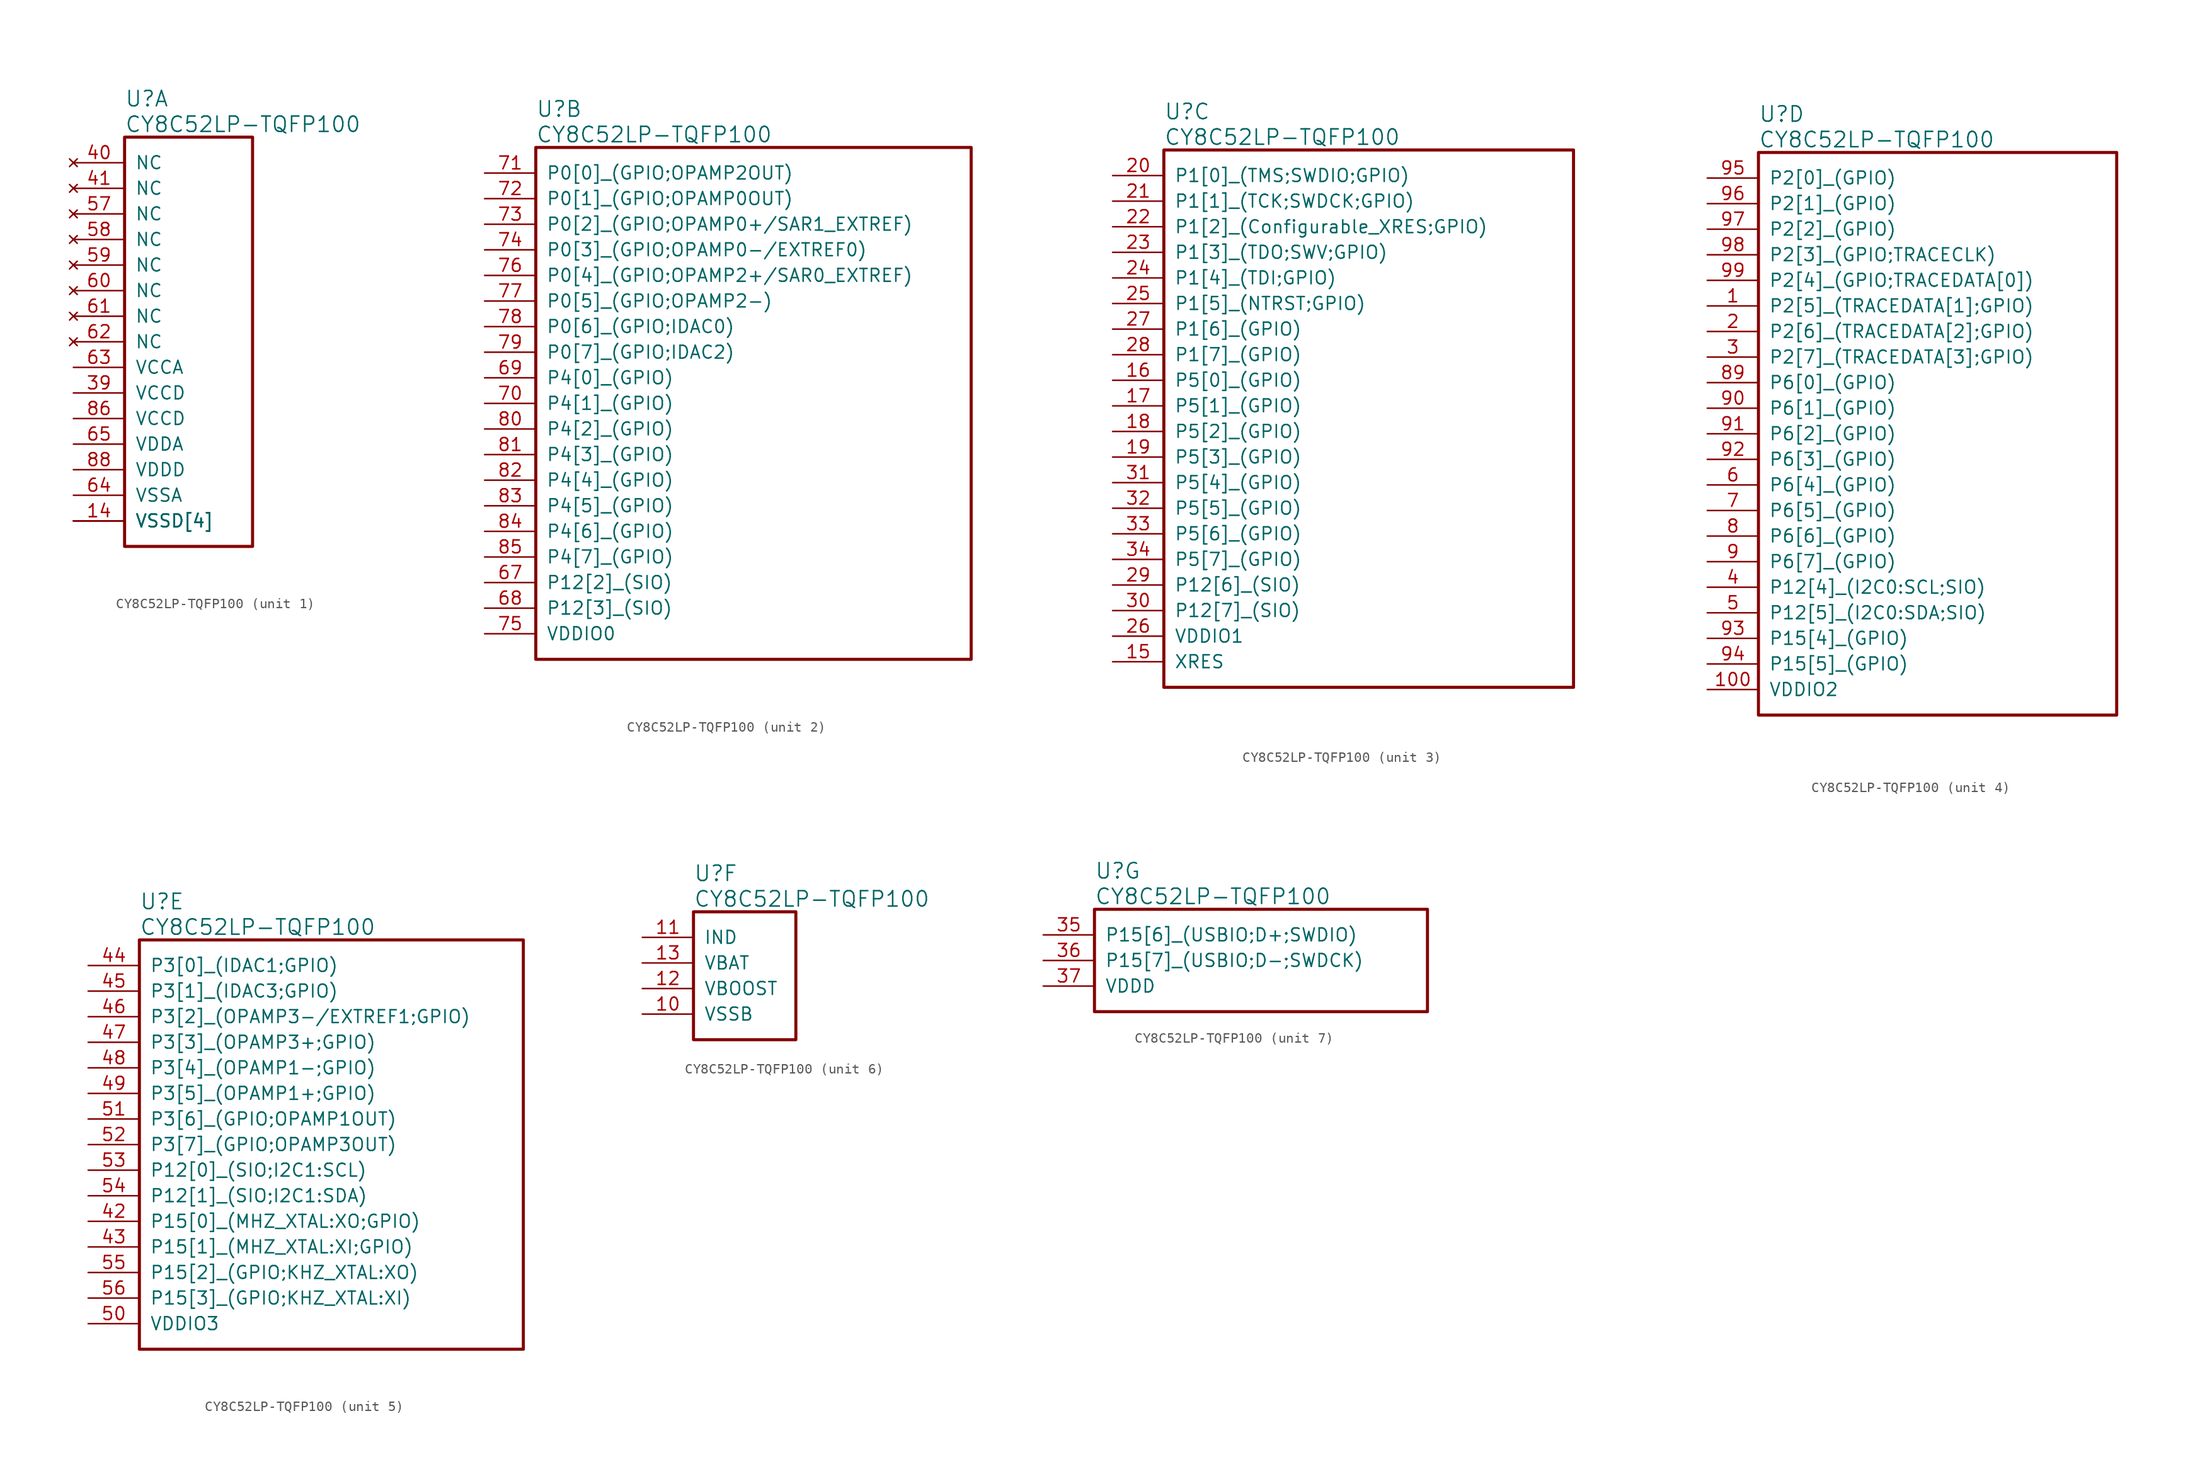
<source format=kicad_sym>
(kicad_symbol_lib
  (version 20241209)
  (generator "kicad_symbol_editor")
  (generator_version "9.0")
  (symbol "CY8C52LP-TQFP100"
    (pin_names
      (offset 1.016))
    (property "Reference" "U"
      (at 5.08 6.35 0)
      (effects (font (size 1.524 1.524)) (justify left)))
    (property "Value" "CY8C52LP-TQFP100"
      (at 5.08 3.81 0)
      (effects (font (size 1.524 1.524)) (justify left)))
    (property "ki_locked" ""
      (at 0 0 0)
      (effects (font (size 1.27 1.27))))
    (symbol "CY8C52LP-TQFP100_1_1"
      (rectangle (start 5.08 2.54) (end 17.78 -38.1) (stroke (width 0.305) (type solid)) (fill (type none)))
      (pin no_connect line (at 0 0 0) (length 5.08) (name "NC" (effects (font (size 1.27 1.27)))) (number "40" (effects (font (size 1.27 1.27)))))
      (pin no_connect line (at 0 -2.54 0) (length 5.08) (name "NC" (effects (font (size 1.27 1.27)))) (number "41" (effects (font (size 1.27 1.27)))))
      (pin no_connect line (at 0 -5.08 0) (length 5.08) (name "NC" (effects (font (size 1.27 1.27)))) (number "57" (effects (font (size 1.27 1.27)))))
      (pin no_connect line (at 0 -7.62 0) (length 5.08) (name "NC" (effects (font (size 1.27 1.27)))) (number "58" (effects (font (size 1.27 1.27)))))
      (pin no_connect line (at 0 -10.16 0) (length 5.08) (name "NC" (effects (font (size 1.27 1.27)))) (number "59" (effects (font (size 1.27 1.27)))))
      (pin no_connect line (at 0 -12.7 0) (length 5.08) (name "NC" (effects (font (size 1.27 1.27)))) (number "60" (effects (font (size 1.27 1.27)))))
      (pin no_connect line (at 0 -15.24 0) (length 5.08) (name "NC" (effects (font (size 1.27 1.27)))) (number "61" (effects (font (size 1.27 1.27)))))
      (pin no_connect line (at 0 -17.78 0) (length 5.08) (name "NC" (effects (font (size 1.27 1.27)))) (number "62" (effects (font (size 1.27 1.27)))))
      (pin power_out line (at 0 -20.32 0) (length 5.08) (name "VCCA" (effects (font (size 1.27 1.27)))) (number "63" (effects (font (size 1.27 1.27)))))
      (pin power_out line (at 0 -22.86 0) (length 5.08) (name "VCCD" (effects (font (size 1.27 1.27)))) (number "39" (effects (font (size 1.27 1.27)))))
      (pin power_out line (at 0 -25.4 0) (length 5.08) (name "VCCD" (effects (font (size 1.27 1.27)))) (number "86" (effects (font (size 1.27 1.27)))))
      (pin power_in line (at 0 -27.94 0) (length 5.08) (name "VDDA" (effects (font (size 1.27 1.27)))) (number "65" (effects (font (size 1.27 1.27)))))
      (pin power_in line (at 0 -30.48 0) (length 5.08) (name "VDDD" (effects (font (size 1.27 1.27)))) (number "88" (effects (font (size 1.27 1.27)))))
      (pin power_in line (at 0 -33.02 0) (length 5.08) (name "VSSA" (effects (font (size 1.27 1.27)))) (number "64" (effects (font (size 1.27 1.27)))))
      (pin power_in line (at 0 -35.56 0) (length 5.08) (name "VSSD[4]" (effects (font (size 1.27 1.27)))) (number "14" (effects (font (size 1.27 1.27)))))
      (pin power_in line (at 0 -35.56 0) (length 5.08) (name "VSSD[4]" (effects (font (size 1.27 1.27)))) (number "38" (effects (font (size 0 0)))))
      (pin power_in line (at 0 -35.56 0) (length 5.08) (name "VSSD[4]" (effects (font (size 1.27 1.27)))) (number "66" (effects (font (size 0 0)))))
      (pin power_in line (at 0 -35.56 0) (length 5.08) (name "VSSD[4]" (effects (font (size 1.27 1.27)))) (number "87" (effects (font (size 0 0))))))
    (symbol "CY8C52LP-TQFP100_2_1"
      (rectangle (start 5.08 2.54) (end 48.26 -48.26) (stroke (width 0.305) (type solid)) (fill (type none)))
      (pin bidirectional line (at 0 0 0) (length 5.08) (name "P0[0]_(GPIO;OPAMP2OUT)" (effects (font (size 1.27 1.27)))) (number "71" (effects (font (size 1.27 1.27)))))
      (pin bidirectional line (at 0 -2.54 0) (length 5.08) (name "P0[1]_(GPIO;OPAMP0OUT)" (effects (font (size 1.27 1.27)))) (number "72" (effects (font (size 1.27 1.27)))))
      (pin bidirectional line (at 0 -5.08 0) (length 5.08) (name "P0[2]_(GPIO;OPAMP0+/SAR1_EXTREF)" (effects (font (size 1.27 1.27)))) (number "73" (effects (font (size 1.27 1.27)))))
      (pin bidirectional line (at 0 -7.62 0) (length 5.08) (name "P0[3]_(GPIO;OPAMP0-/EXTREF0)" (effects (font (size 1.27 1.27)))) (number "74" (effects (font (size 1.27 1.27)))))
      (pin bidirectional line (at 0 -10.16 0) (length 5.08) (name "P0[4]_(GPIO;OPAMP2+/SAR0_EXTREF)" (effects (font (size 1.27 1.27)))) (number "76" (effects (font (size 1.27 1.27)))))
      (pin bidirectional line (at 0 -12.7 0) (length 5.08) (name "P0[5]_(GPIO;OPAMP2-)" (effects (font (size 1.27 1.27)))) (number "77" (effects (font (size 1.27 1.27)))))
      (pin bidirectional line (at 0 -15.24 0) (length 5.08) (name "P0[6]_(GPIO;IDAC0)" (effects (font (size 1.27 1.27)))) (number "78" (effects (font (size 1.27 1.27)))))
      (pin bidirectional line (at 0 -17.78 0) (length 5.08) (name "P0[7]_(GPIO;IDAC2)" (effects (font (size 1.27 1.27)))) (number "79" (effects (font (size 1.27 1.27)))))
      (pin bidirectional line (at 0 -20.32 0) (length 5.08) (name "P4[0]_(GPIO)" (effects (font (size 1.27 1.27)))) (number "69" (effects (font (size 1.27 1.27)))))
      (pin bidirectional line (at 0 -22.86 0) (length 5.08) (name "P4[1]_(GPIO)" (effects (font (size 1.27 1.27)))) (number "70" (effects (font (size 1.27 1.27)))))
      (pin bidirectional line (at 0 -25.4 0) (length 5.08) (name "P4[2]_(GPIO)" (effects (font (size 1.27 1.27)))) (number "80" (effects (font (size 1.27 1.27)))))
      (pin bidirectional line (at 0 -27.94 0) (length 5.08) (name "P4[3]_(GPIO)" (effects (font (size 1.27 1.27)))) (number "81" (effects (font (size 1.27 1.27)))))
      (pin bidirectional line (at 0 -30.48 0) (length 5.08) (name "P4[4]_(GPIO)" (effects (font (size 1.27 1.27)))) (number "82" (effects (font (size 1.27 1.27)))))
      (pin bidirectional line (at 0 -33.02 0) (length 5.08) (name "P4[5]_(GPIO)" (effects (font (size 1.27 1.27)))) (number "83" (effects (font (size 1.27 1.27)))))
      (pin bidirectional line (at 0 -35.56 0) (length 5.08) (name "P4[6]_(GPIO)" (effects (font (size 1.27 1.27)))) (number "84" (effects (font (size 1.27 1.27)))))
      (pin bidirectional line (at 0 -38.1 0) (length 5.08) (name "P4[7]_(GPIO)" (effects (font (size 1.27 1.27)))) (number "85" (effects (font (size 1.27 1.27)))))
      (pin bidirectional line (at 0 -40.64 0) (length 5.08) (name "P12[2]_(SIO)" (effects (font (size 1.27 1.27)))) (number "67" (effects (font (size 1.27 1.27)))))
      (pin bidirectional line (at 0 -43.18 0) (length 5.08) (name "P12[3]_(SIO)" (effects (font (size 1.27 1.27)))) (number "68" (effects (font (size 1.27 1.27)))))
      (pin power_in line (at 0 -45.72 0) (length 5.08) (name "VDDIO0" (effects (font (size 1.27 1.27)))) (number "75" (effects (font (size 1.27 1.27))))))
    (symbol "CY8C52LP-TQFP100_3_1"
      (rectangle (start 5.08 2.54) (end 45.72 -50.8) (stroke (width 0.305) (type solid)) (fill (type none)))
      (pin bidirectional line (at 0 0 0) (length 5.08) (name "P1[0]_(TMS;SWDIO;GPIO)" (effects (font (size 1.27 1.27)))) (number "20" (effects (font (size 1.27 1.27)))))
      (pin bidirectional line (at 0 -2.54 0) (length 5.08) (name "P1[1]_(TCK;SWDCK;GPIO)" (effects (font (size 1.27 1.27)))) (number "21" (effects (font (size 1.27 1.27)))))
      (pin bidirectional line (at 0 -5.08 0) (length 5.08) (name "P1[2]_(Configurable_XRES;GPIO)" (effects (font (size 1.27 1.27)))) (number "22" (effects (font (size 1.27 1.27)))))
      (pin bidirectional line (at 0 -7.62 0) (length 5.08) (name "P1[3]_(TDO;SWV;GPIO)" (effects (font (size 1.27 1.27)))) (number "23" (effects (font (size 1.27 1.27)))))
      (pin bidirectional line (at 0 -10.16 0) (length 5.08) (name "P1[4]_(TDI;GPIO)" (effects (font (size 1.27 1.27)))) (number "24" (effects (font (size 1.27 1.27)))))
      (pin bidirectional line (at 0 -12.7 0) (length 5.08) (name "P1[5]_(NTRST;GPIO)" (effects (font (size 1.27 1.27)))) (number "25" (effects (font (size 1.27 1.27)))))
      (pin bidirectional line (at 0 -15.24 0) (length 5.08) (name "P1[6]_(GPIO)" (effects (font (size 1.27 1.27)))) (number "27" (effects (font (size 1.27 1.27)))))
      (pin bidirectional line (at 0 -17.78 0) (length 5.08) (name "P1[7]_(GPIO)" (effects (font (size 1.27 1.27)))) (number "28" (effects (font (size 1.27 1.27)))))
      (pin bidirectional line (at 0 -20.32 0) (length 5.08) (name "P5[0]_(GPIO)" (effects (font (size 1.27 1.27)))) (number "16" (effects (font (size 1.27 1.27)))))
      (pin bidirectional line (at 0 -22.86 0) (length 5.08) (name "P5[1]_(GPIO)" (effects (font (size 1.27 1.27)))) (number "17" (effects (font (size 1.27 1.27)))))
      (pin bidirectional line (at 0 -25.4 0) (length 5.08) (name "P5[2]_(GPIO)" (effects (font (size 1.27 1.27)))) (number "18" (effects (font (size 1.27 1.27)))))
      (pin bidirectional line (at 0 -27.94 0) (length 5.08) (name "P5[3]_(GPIO)" (effects (font (size 1.27 1.27)))) (number "19" (effects (font (size 1.27 1.27)))))
      (pin bidirectional line (at 0 -30.48 0) (length 5.08) (name "P5[4]_(GPIO)" (effects (font (size 1.27 1.27)))) (number "31" (effects (font (size 1.27 1.27)))))
      (pin bidirectional line (at 0 -33.02 0) (length 5.08) (name "P5[5]_(GPIO)" (effects (font (size 1.27 1.27)))) (number "32" (effects (font (size 1.27 1.27)))))
      (pin bidirectional line (at 0 -35.56 0) (length 5.08) (name "P5[6]_(GPIO)" (effects (font (size 1.27 1.27)))) (number "33" (effects (font (size 1.27 1.27)))))
      (pin bidirectional line (at 0 -38.1 0) (length 5.08) (name "P5[7]_(GPIO)" (effects (font (size 1.27 1.27)))) (number "34" (effects (font (size 1.27 1.27)))))
      (pin bidirectional line (at 0 -40.64 0) (length 5.08) (name "P12[6]_(SIO)" (effects (font (size 1.27 1.27)))) (number "29" (effects (font (size 1.27 1.27)))))
      (pin bidirectional line (at 0 -43.18 0) (length 5.08) (name "P12[7]_(SIO)" (effects (font (size 1.27 1.27)))) (number "30" (effects (font (size 1.27 1.27)))))
      (pin power_in line (at 0 -45.72 0) (length 5.08) (name "VDDIO1" (effects (font (size 1.27 1.27)))) (number "26" (effects (font (size 1.27 1.27)))))
      (pin input line (at 0 -48.26 0) (length 5.08) (name "XRES" (effects (font (size 1.27 1.27)))) (number "15" (effects (font (size 1.27 1.27))))))
    (symbol "CY8C52LP-TQFP100_4_1"
      (rectangle (start 5.08 2.54) (end 40.64 -53.34) (stroke (width 0.305) (type solid)) (fill (type none)))
      (pin bidirectional line (at 0 0 0) (length 5.08) (name "P2[0]_(GPIO)" (effects (font (size 1.27 1.27)))) (number "95" (effects (font (size 1.27 1.27)))))
      (pin bidirectional line (at 0 -2.54 0) (length 5.08) (name "P2[1]_(GPIO)" (effects (font (size 1.27 1.27)))) (number "96" (effects (font (size 1.27 1.27)))))
      (pin bidirectional line (at 0 -5.08 0) (length 5.08) (name "P2[2]_(GPIO)" (effects (font (size 1.27 1.27)))) (number "97" (effects (font (size 1.27 1.27)))))
      (pin bidirectional line (at 0 -7.62 0) (length 5.08) (name "P2[3]_(GPIO;TRACECLK)" (effects (font (size 1.27 1.27)))) (number "98" (effects (font (size 1.27 1.27)))))
      (pin bidirectional line (at 0 -10.16 0) (length 5.08) (name "P2[4]_(GPIO;TRACEDATA[0])" (effects (font (size 1.27 1.27)))) (number "99" (effects (font (size 1.27 1.27)))))
      (pin bidirectional line (at 0 -12.7 0) (length 5.08) (name "P2[5]_(TRACEDATA[1];GPIO)" (effects (font (size 1.27 1.27)))) (number "1" (effects (font (size 1.27 1.27)))))
      (pin bidirectional line (at 0 -15.24 0) (length 5.08) (name "P2[6]_(TRACEDATA[2];GPIO)" (effects (font (size 1.27 1.27)))) (number "2" (effects (font (size 1.27 1.27)))))
      (pin bidirectional line (at 0 -17.78 0) (length 5.08) (name "P2[7]_(TRACEDATA[3];GPIO)" (effects (font (size 1.27 1.27)))) (number "3" (effects (font (size 1.27 1.27)))))
      (pin bidirectional line (at 0 -20.32 0) (length 5.08) (name "P6[0]_(GPIO)" (effects (font (size 1.27 1.27)))) (number "89" (effects (font (size 1.27 1.27)))))
      (pin bidirectional line (at 0 -22.86 0) (length 5.08) (name "P6[1]_(GPIO)" (effects (font (size 1.27 1.27)))) (number "90" (effects (font (size 1.27 1.27)))))
      (pin bidirectional line (at 0 -25.4 0) (length 5.08) (name "P6[2]_(GPIO)" (effects (font (size 1.27 1.27)))) (number "91" (effects (font (size 1.27 1.27)))))
      (pin bidirectional line (at 0 -27.94 0) (length 5.08) (name "P6[3]_(GPIO)" (effects (font (size 1.27 1.27)))) (number "92" (effects (font (size 1.27 1.27)))))
      (pin bidirectional line (at 0 -30.48 0) (length 5.08) (name "P6[4]_(GPIO)" (effects (font (size 1.27 1.27)))) (number "6" (effects (font (size 1.27 1.27)))))
      (pin bidirectional line (at 0 -33.02 0) (length 5.08) (name "P6[5]_(GPIO)" (effects (font (size 1.27 1.27)))) (number "7" (effects (font (size 1.27 1.27)))))
      (pin bidirectional line (at 0 -35.56 0) (length 5.08) (name "P6[6]_(GPIO)" (effects (font (size 1.27 1.27)))) (number "8" (effects (font (size 1.27 1.27)))))
      (pin bidirectional line (at 0 -38.1 0) (length 5.08) (name "P6[7]_(GPIO)" (effects (font (size 1.27 1.27)))) (number "9" (effects (font (size 1.27 1.27)))))
      (pin bidirectional line (at 0 -40.64 0) (length 5.08) (name "P12[4]_(I2C0:SCL;SIO)" (effects (font (size 1.27 1.27)))) (number "4" (effects (font (size 1.27 1.27)))))
      (pin bidirectional line (at 0 -43.18 0) (length 5.08) (name "P12[5]_(I2C0:SDA;SIO)" (effects (font (size 1.27 1.27)))) (number "5" (effects (font (size 1.27 1.27)))))
      (pin bidirectional line (at 0 -45.72 0) (length 5.08) (name "P15[4]_(GPIO)" (effects (font (size 1.27 1.27)))) (number "93" (effects (font (size 1.27 1.27)))))
      (pin bidirectional line (at 0 -48.26 0) (length 5.08) (name "P15[5]_(GPIO)" (effects (font (size 1.27 1.27)))) (number "94" (effects (font (size 1.27 1.27)))))
      (pin power_in line (at 0 -50.8 0) (length 5.08) (name "VDDIO2" (effects (font (size 1.27 1.27)))) (number "100" (effects (font (size 1.27 1.27))))))
    (symbol "CY8C52LP-TQFP100_5_1"
      (rectangle (start 5.08 2.54) (end 43.18 -38.1) (stroke (width 0.305) (type solid)) (fill (type none)))
      (pin bidirectional line (at 0 0 0) (length 5.08) (name "P3[0]_(IDAC1;GPIO)" (effects (font (size 1.27 1.27)))) (number "44" (effects (font (size 1.27 1.27)))))
      (pin bidirectional line (at 0 -2.54 0) (length 5.08) (name "P3[1]_(IDAC3;GPIO)" (effects (font (size 1.27 1.27)))) (number "45" (effects (font (size 1.27 1.27)))))
      (pin bidirectional line (at 0 -5.08 0) (length 5.08) (name "P3[2]_(OPAMP3-/EXTREF1;GPIO)" (effects (font (size 1.27 1.27)))) (number "46" (effects (font (size 1.27 1.27)))))
      (pin bidirectional line (at 0 -7.62 0) (length 5.08) (name "P3[3]_(OPAMP3+;GPIO)" (effects (font (size 1.27 1.27)))) (number "47" (effects (font (size 1.27 1.27)))))
      (pin bidirectional line (at 0 -10.16 0) (length 5.08) (name "P3[4]_(OPAMP1-;GPIO)" (effects (font (size 1.27 1.27)))) (number "48" (effects (font (size 1.27 1.27)))))
      (pin bidirectional line (at 0 -12.7 0) (length 5.08) (name "P3[5]_(OPAMP1+;GPIO)" (effects (font (size 1.27 1.27)))) (number "49" (effects (font (size 1.27 1.27)))))
      (pin bidirectional line (at 0 -15.24 0) (length 5.08) (name "P3[6]_(GPIO;OPAMP1OUT)" (effects (font (size 1.27 1.27)))) (number "51" (effects (font (size 1.27 1.27)))))
      (pin bidirectional line (at 0 -17.78 0) (length 5.08) (name "P3[7]_(GPIO;OPAMP3OUT)" (effects (font (size 1.27 1.27)))) (number "52" (effects (font (size 1.27 1.27)))))
      (pin bidirectional line (at 0 -20.32 0) (length 5.08) (name "P12[0]_(SIO;I2C1:SCL)" (effects (font (size 1.27 1.27)))) (number "53" (effects (font (size 1.27 1.27)))))
      (pin bidirectional line (at 0 -22.86 0) (length 5.08) (name "P12[1]_(SIO;I2C1:SDA)" (effects (font (size 1.27 1.27)))) (number "54" (effects (font (size 1.27 1.27)))))
      (pin bidirectional line (at 0 -25.4 0) (length 5.08) (name "P15[0]_(MHZ_XTAL:XO;GPIO)" (effects (font (size 1.27 1.27)))) (number "42" (effects (font (size 1.27 1.27)))))
      (pin bidirectional line (at 0 -27.94 0) (length 5.08) (name "P15[1]_(MHZ_XTAL:XI;GPIO)" (effects (font (size 1.27 1.27)))) (number "43" (effects (font (size 1.27 1.27)))))
      (pin bidirectional line (at 0 -30.48 0) (length 5.08) (name "P15[2]_(GPIO;KHZ_XTAL:XO)" (effects (font (size 1.27 1.27)))) (number "55" (effects (font (size 1.27 1.27)))))
      (pin bidirectional line (at 0 -33.02 0) (length 5.08) (name "P15[3]_(GPIO;KHZ_XTAL:XI)" (effects (font (size 1.27 1.27)))) (number "56" (effects (font (size 1.27 1.27)))))
      (pin power_in line (at 0 -35.56 0) (length 5.08) (name "VDDIO3" (effects (font (size 1.27 1.27)))) (number "50" (effects (font (size 1.27 1.27))))))
    (symbol "CY8C52LP-TQFP100_6_1"
      (rectangle (start 5.08 2.54) (end 15.24 -10.16) (stroke (width 0.305) (type solid)) (fill (type none)))
      (pin passive line (at 0 0 0) (length 5.08) (name "IND" (effects (font (size 1.27 1.27)))) (number "11" (effects (font (size 1.27 1.27)))))
      (pin power_in line (at 0 -2.54 0) (length 5.08) (name "VBAT" (effects (font (size 1.27 1.27)))) (number "13" (effects (font (size 1.27 1.27)))))
      (pin input line (at 0 -5.08 0) (length 5.08) (name "VBOOST" (effects (font (size 1.27 1.27)))) (number "12" (effects (font (size 1.27 1.27)))))
      (pin power_in line (at 0 -7.62 0) (length 5.08) (name "VSSB" (effects (font (size 1.27 1.27)))) (number "10" (effects (font (size 1.27 1.27))))))
    (symbol "CY8C52LP-TQFP100_7_1"
      (rectangle (start 5.08 2.54) (end 38.1 -7.62) (stroke (width 0.305) (type solid)) (fill (type none)))
      (pin bidirectional line (at 0 0 0) (length 5.08) (name "P15[6]_(USBIO;D+;SWDIO)" (effects (font (size 1.27 1.27)))) (number "35" (effects (font (size 1.27 1.27)))))
      (pin bidirectional line (at 0 -2.54 0) (length 5.08) (name "P15[7]_(USBIO;D-;SWDCK)" (effects (font (size 1.27 1.27)))) (number "36" (effects (font (size 1.27 1.27)))))
      (pin power_in line (at 0 -5.08 0) (length 5.08) (name "VDDD" (effects (font (size 1.27 1.27)))) (number "37" (effects (font (size 1.27 1.27))))))))
</source>
